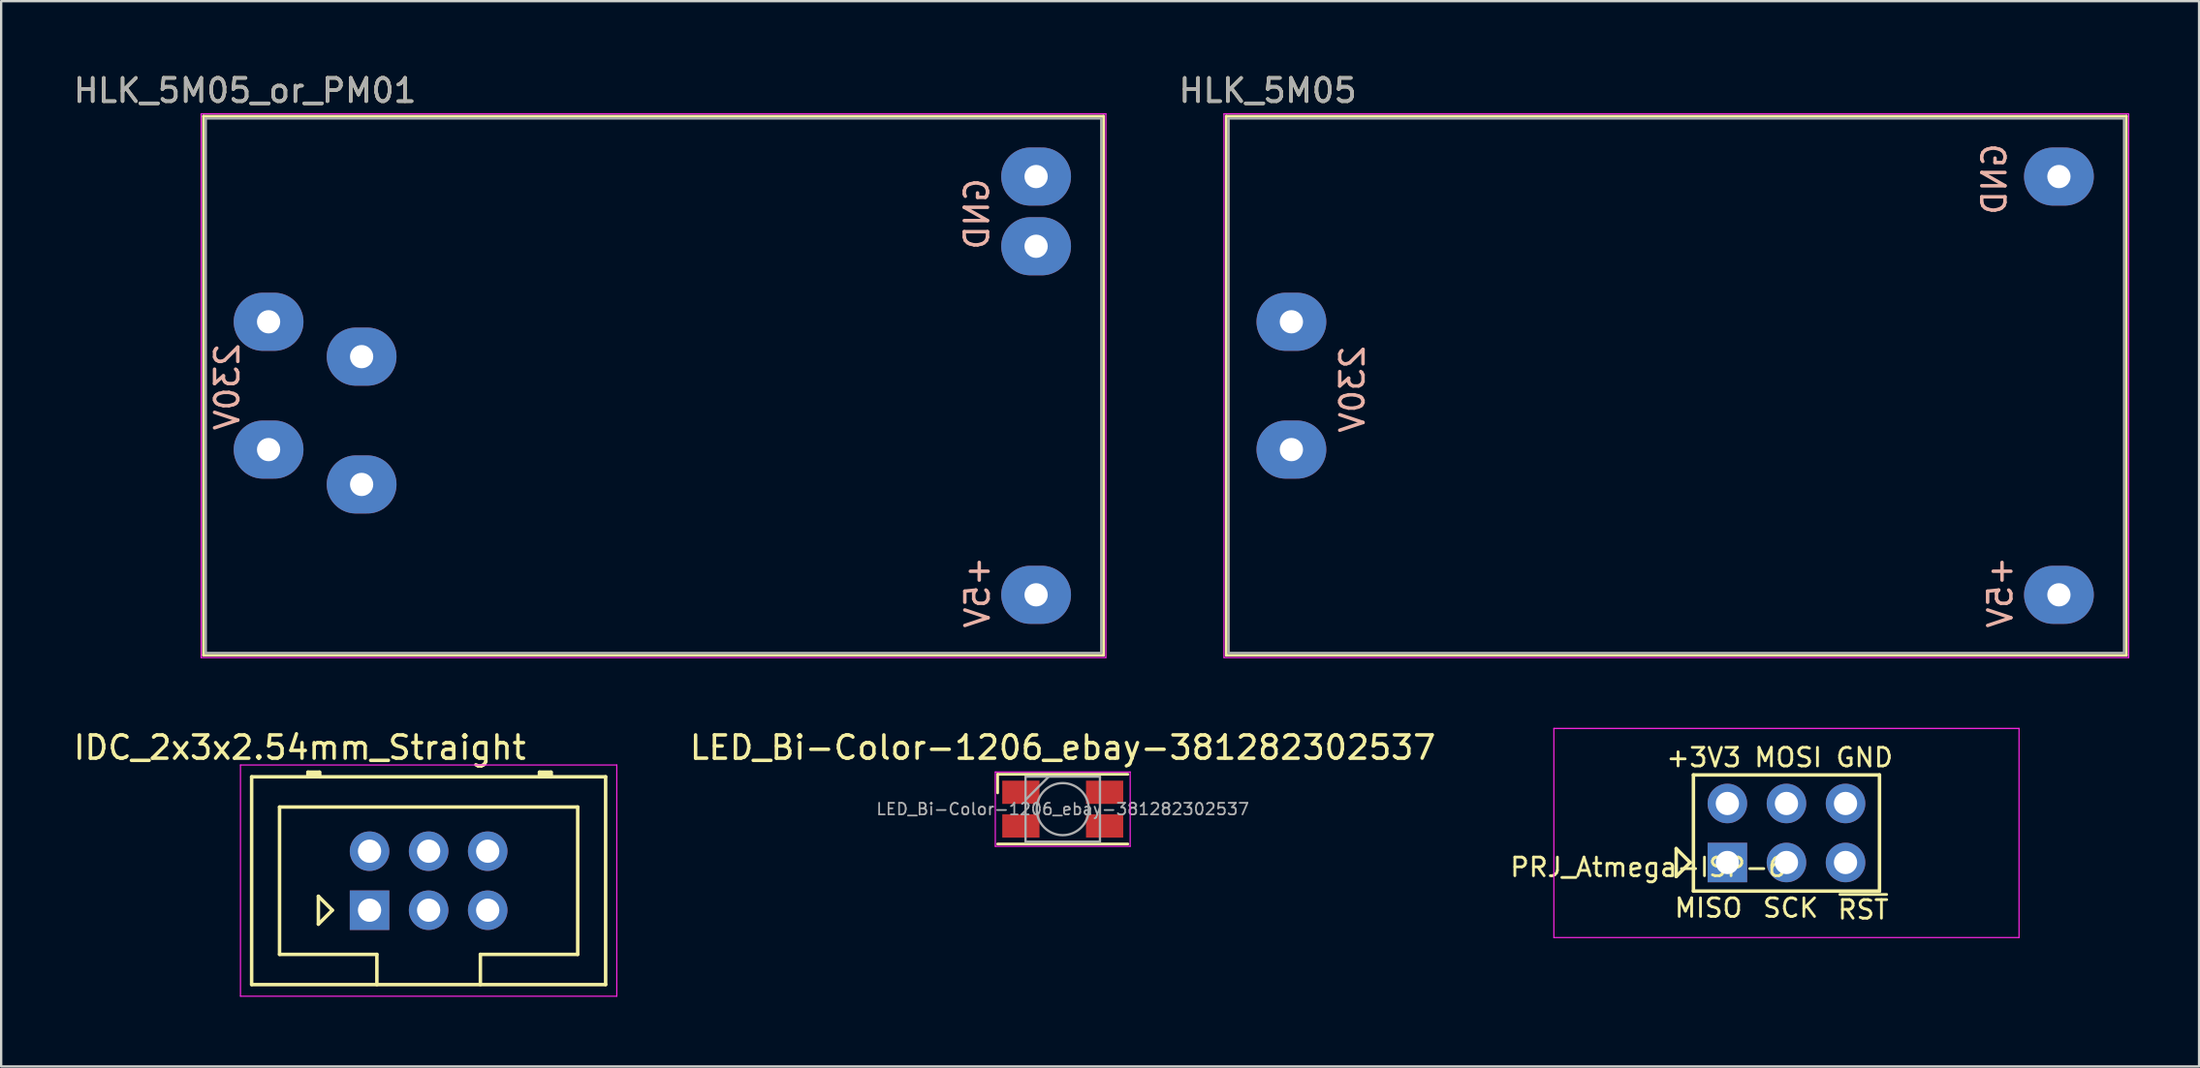
<source format=kicad_pcb>
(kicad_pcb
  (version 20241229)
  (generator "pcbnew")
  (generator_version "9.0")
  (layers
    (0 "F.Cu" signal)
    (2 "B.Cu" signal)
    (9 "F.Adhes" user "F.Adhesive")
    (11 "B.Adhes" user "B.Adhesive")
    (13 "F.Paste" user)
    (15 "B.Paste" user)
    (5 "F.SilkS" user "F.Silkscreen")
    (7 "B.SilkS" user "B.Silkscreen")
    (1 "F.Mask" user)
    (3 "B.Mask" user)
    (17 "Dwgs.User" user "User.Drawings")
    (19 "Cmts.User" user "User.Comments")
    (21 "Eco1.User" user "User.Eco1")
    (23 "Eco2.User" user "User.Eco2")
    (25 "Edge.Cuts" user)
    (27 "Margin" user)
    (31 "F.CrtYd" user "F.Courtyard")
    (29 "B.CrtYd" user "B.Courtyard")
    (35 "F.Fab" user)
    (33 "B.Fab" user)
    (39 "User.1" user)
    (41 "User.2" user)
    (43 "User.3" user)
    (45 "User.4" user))
  (footprint "LED_Bi-Color-1206_ebay-381282302537"
    (layer "F.Cu")
    (at 42.643 31.771)
    (property "Reference" "LED_Bi-Color-1206_ebay-381282302537" (at 0 -2.65 0) (layer "F.SilkS") (effects (font (size 1 1) (thickness 0.15))))
    (attr smd)
    (fp_line (start -2.8 -1.5) (end 2.8 -1.5) (stroke (width 0.12) (type solid)) (layer "F.SilkS"))
    (fp_line (start -2.8 -0.7) (end -2.8 -1.5) (stroke (width 0.12) (type solid)) (layer "F.SilkS"))
    (fp_line (start -2.8 1.5) (end 2.8 1.5) (stroke (width 0.12) (type solid)) (layer "F.SilkS"))
    (fp_line (start -2.9 -1.6) (end -2.9 1.6) (stroke (width 0.05) (type solid)) (layer "F.CrtYd"))
    (fp_line (start -2.9 1.6) (end 2.9 1.6) (stroke (width 0.05) (type solid)) (layer "F.CrtYd"))
    (fp_line (start 2.9 -1.6) (end -2.9 -1.6) (stroke (width 0.05) (type solid)) (layer "F.CrtYd"))
    (fp_line (start 2.9 1.6) (end 2.9 -1.6) (stroke (width 0.05) (type solid)) (layer "F.CrtYd"))
    (fp_line (start -1.6 -1.4) (end -1.6 1.4) (stroke (width 0.1) (type solid)) (layer "F.Fab"))
    (fp_line (start -1.6 1.4) (end 1.6 1.4) (stroke (width 0.1) (type solid)) (layer "F.Fab"))
    (fp_line (start -0.6 -1.4) (end -1.6 -0.4) (stroke (width 0.1) (type solid)) (layer "F.Fab"))
    (fp_line (start 1.6 -1.4) (end -1.6 -1.4) (stroke (width 0.1) (type solid)) (layer "F.Fab"))
    (fp_line (start 1.6 1.4) (end 1.6 -1.4) (stroke (width 0.1) (type solid)) (layer "F.Fab"))
    (fp_circle (center 0 0) (end 1.12 0) (stroke (width 0.1) (type solid)) (fill no) (layer "F.Fab"))
    (fp_text user "${REFERENCE}" (at 0 0 0) (layer "F.Fab") (effects (font (size 0.5 0.5) (thickness 0.075))))
    (pad "1" smd rect (at 1.8 0.725) (size 1.6 1) (layers "F.Cu" "F.Mask" "F.Paste"))
    (pad "2" smd rect (at 1.8 -0.725) (size 1.6 1) (layers "F.Cu" "F.Mask" "F.Paste"))
    (pad "3" smd rect (at -1.8 0.725) (size 1.6 1) (layers "F.Cu" "F.Mask" "F.Paste"))
    (pad "4" smd rect (at -1.8 -0.725) (size 1.6 1) (layers "F.Cu" "F.Mask" "F.Paste")))
  (footprint "IDC_2x3x2.54mm_Straight"
    (layer "F.Cu")
    (at 12.839 36.121)
    (property "Reference" "IDC_2x3x2.54mm_Straight" (at -3 -7 0) (layer "F.SilkS") (effects (font (size 1 1) (thickness 0.15))))
    (attr through_hole)
    (fp_line (start -5.07 -5.74) (end 10.15 -5.74) (stroke (width 0.15) (type solid)) (layer "F.SilkS"))
    (fp_line (start -5.07 3.2) (end -5.07 -5.74) (stroke (width 0.15) (type solid)) (layer "F.SilkS"))
    (fp_line (start -3.87 -4.44) (end 8.95 -4.44) (stroke (width 0.15) (type solid)) (layer "F.SilkS"))
    (fp_line (start -3.87 1.9) (end -3.87 -4.44) (stroke (width 0.15) (type solid)) (layer "F.SilkS"))
    (fp_line (start -2.65 -5.94) (end -2.15 -5.94) (stroke (width 0.15) (type solid)) (layer "F.SilkS"))
    (fp_line (start -2.65 -5.84) (end -2.15 -5.84) (stroke (width 0.15) (type solid)) (layer "F.SilkS"))
    (fp_line (start -2.65 -5.74) (end -2.65 -5.94) (stroke (width 0.15) (type solid)) (layer "F.SilkS"))
    (fp_line (start -2.2 -0.6) (end -1.6 0) (stroke (width 0.15) (type solid)) (layer "F.SilkS"))
    (fp_line (start -2.2 0.6) (end -2.2 -0.6) (stroke (width 0.15) (type solid)) (layer "F.SilkS"))
    (fp_line (start -2.15 -5.94) (end -2.15 -5.74) (stroke (width 0.15) (type solid)) (layer "F.SilkS"))
    (fp_line (start -1.6 0) (end -2.2 0.6) (stroke (width 0.15) (type solid)) (layer "F.SilkS"))
    (fp_line (start 0.315 1.9) (end -3.87 1.9) (stroke (width 0.15) (type solid)) (layer "F.SilkS"))
    (fp_line (start 0.315 3.2) (end 0.315 1.9) (stroke (width 0.15) (type solid)) (layer "F.SilkS"))
    (fp_line (start 4.765 1.9) (end 4.765 3.2) (stroke (width 0.15) (type solid)) (layer "F.SilkS"))
    (fp_line (start 7.306 -5.94) (end 7.806 -5.94) (stroke (width 0.15) (type solid)) (layer "F.SilkS"))
    (fp_line (start 7.306 -5.84) (end 7.806 -5.84) (stroke (width 0.15) (type solid)) (layer "F.SilkS"))
    (fp_line (start 7.306 -5.74) (end 7.306 -5.94) (stroke (width 0.15) (type solid)) (layer "F.SilkS"))
    (fp_line (start 7.806 -5.94) (end 7.806 -5.74) (stroke (width 0.15) (type solid)) (layer "F.SilkS"))
    (fp_line (start 8.95 -4.44) (end 8.95 1.9) (stroke (width 0.15) (type solid)) (layer "F.SilkS"))
    (fp_line (start 8.95 1.9) (end 4.765 1.9) (stroke (width 0.15) (type solid)) (layer "F.SilkS"))
    (fp_line (start 10.15 -5.74) (end 10.15 3.2) (stroke (width 0.15) (type solid)) (layer "F.SilkS"))
    (fp_line (start 10.15 3.2) (end -5.07 3.2) (stroke (width 0.15) (type solid)) (layer "F.SilkS"))
    (fp_line (start -5.55 -6.25) (end 10.63 -6.25) (stroke (width 0.05) (type solid)) (layer "F.CrtYd"))
    (fp_line (start -5.55 3.7) (end -5.55 -6.25) (stroke (width 0.05) (type solid)) (layer "F.CrtYd"))
    (fp_line (start 10.63 -6.25) (end 10.63 3.7) (stroke (width 0.05) (type solid)) (layer "F.CrtYd"))
    (fp_line (start 10.63 3.7) (end -5.55 3.7) (stroke (width 0.05) (type solid)) (layer "F.CrtYd"))
    (pad "1" thru_hole rect (at 0 0) (size 1.7 1.7) (drill 1) (layers "*.Cu" "*.Mask"))
    (pad "2" thru_hole circle (at 0 -2.54) (size 1.7 1.7) (drill 1) (layers "*.Cu" "*.Mask"))
    (pad "3" thru_hole circle (at 2.54 0) (size 1.7 1.7) (drill 1) (layers "*.Cu" "*.Mask"))
    (pad "4" thru_hole circle (at 2.54 -2.54) (size 1.7 1.7) (drill 1) (layers "*.Cu" "*.Mask"))
    (pad "5" thru_hole circle (at 5.08 0) (size 1.7 1.7) (drill 1) (layers "*.Cu" "*.Mask"))
    (pad "6" thru_hole circle (at 5.08 -2.54) (size 1.7 1.7) (drill 1) (layers "*.Cu" "*.Mask")))
  (footprint "HLK_5M05_or_PM01"
    (layer "F.Cu")
    (at 8.498 13.548)
    (property "Reference" "HLK_5M05_or_PM01" (at -1.016 -12.7 180) (layer "F.SilkS") (effects (font (size 1 1) (thickness 0.15))))
    (attr through_hole)
    (fp_line (start -2.8 -11.6) (end -2.8 11.6) (stroke (width 0.12) (type solid)) (layer "F.SilkS"))
    (fp_line (start -2.8 -11.6) (end 35.9 -11.6) (stroke (width 0.12) (type solid)) (layer "F.SilkS"))
    (fp_line (start -2.8 11.6) (end 35.9 11.6) (stroke (width 0.12) (type solid)) (layer "F.SilkS"))
    (fp_line (start 35.9 -11.6) (end 35.9 11.6) (stroke (width 0.12) (type solid)) (layer "F.SilkS"))
    (fp_line (start -2.9 -11.7) (end 36 -11.7) (stroke (width 0.05) (type solid)) (layer "F.CrtYd"))
    (fp_line (start -2.9 11.7) (end -2.9 -11.7) (stroke (width 0.05) (type solid)) (layer "F.CrtYd"))
    (fp_line (start 36 -11.7) (end 36 11.7) (stroke (width 0.05) (type solid)) (layer "F.CrtYd"))
    (fp_line (start 36 11.7) (end -2.9 11.7) (stroke (width 0.05) (type solid)) (layer "F.CrtYd"))
    (fp_line (start -2.7 -11.5) (end -2.7 11.5) (stroke (width 0.1) (type solid)) (layer "F.Fab"))
    (fp_line (start -2.7 -11.5) (end 35.8 -11.5) (stroke (width 0.1) (type solid)) (layer "F.Fab"))
    (fp_line (start 35.8 -11.5) (end 35.8 11.5) (stroke (width 0.1) (type solid)) (layer "F.Fab"))
    (fp_line (start 35.8 11.5) (end -2.7 11.5) (stroke (width 0.1) (type solid)) (layer "F.Fab"))
    (fp_text user "230V" (at -1.778 0.051 90) (layer "B.SilkS") (effects (font (size 1 1) (thickness 0.15)) (justify mirror)))
    (fp_text user "GND" (at 30.455 -7.391 90) (layer "B.SilkS") (effects (font (size 1 1) (thickness 0.15)) (justify mirror)))
    (fp_text user "+5V" (at 30.48 8.89 90) (layer "B.SilkS") (effects (font (size 1 1) (thickness 0.15)) (justify mirror)))
    (fp_text user "${REFERENCE}" (at -1.016 -12.7 0) (layer "F.Fab") (effects (font (size 1 1) (thickness 0.15))))
    (pad "1" thru_hole oval (at 33 -9 90) (size 2.5 3) (drill 1) (layers "*.Cu" "*.Mask"))
    (pad "1" thru_hole oval (at 33 -6 90) (size 2.5 3) (drill 1) (layers "*.Cu" "*.Mask"))
    (pad "2" thru_hole oval (at 33 9 90) (size 2.5 3) (drill 1) (layers "*.Cu" "*.Mask"))
    (pad "3" thru_hole oval (at 0 -2.75 90) (size 2.5 3) (drill 1) (layers "*.Cu" "*.Mask"))
    (pad "3" thru_hole oval (at 4 4.25 90) (size 2.5 3) (drill 1) (layers "*.Cu" "*.Mask"))
    (pad "4" thru_hole oval (at 0 2.75 90) (size 2.5 3) (drill 1) (layers "*.Cu" "*.Mask"))
    (pad "4" thru_hole oval (at 4 -1.25 90) (size 2.5 3) (drill 1) (layers "*.Cu" "*.Mask")))
  (footprint "HLK_5M05"
    (layer "F.Cu")
    (at 52.474 13.548)
    (property "Reference" "HLK_5M05" (at -1.016 -12.7 180) (layer "F.SilkS") (effects (font (size 1 1) (thickness 0.15))))
    (attr through_hole)
    (fp_line (start -2.8 -11.6) (end -2.8 11.6) (stroke (width 0.12) (type solid)) (layer "F.SilkS"))
    (fp_line (start -2.8 -11.6) (end 35.9 -11.6) (stroke (width 0.12) (type solid)) (layer "F.SilkS"))
    (fp_line (start -2.8 11.6) (end 35.9 11.6) (stroke (width 0.12) (type solid)) (layer "F.SilkS"))
    (fp_line (start 35.9 -11.6) (end 35.9 11.6) (stroke (width 0.12) (type solid)) (layer "F.SilkS"))
    (fp_line (start -2.9 -11.7) (end 36 -11.7) (stroke (width 0.05) (type solid)) (layer "F.CrtYd"))
    (fp_line (start -2.9 11.7) (end -2.9 -11.7) (stroke (width 0.05) (type solid)) (layer "F.CrtYd"))
    (fp_line (start 36 -11.7) (end 36 11.7) (stroke (width 0.05) (type solid)) (layer "F.CrtYd"))
    (fp_line (start 36 11.7) (end -2.9 11.7) (stroke (width 0.05) (type solid)) (layer "F.CrtYd"))
    (fp_line (start -2.7 -11.5) (end -2.7 11.5) (stroke (width 0.1) (type solid)) (layer "F.Fab"))
    (fp_line (start -2.7 -11.5) (end 35.8 -11.5) (stroke (width 0.1) (type solid)) (layer "F.Fab"))
    (fp_line (start 35.8 -11.5) (end 35.8 11.5) (stroke (width 0.1) (type solid)) (layer "F.Fab"))
    (fp_line (start 35.8 11.5) (end -2.7 11.5) (stroke (width 0.1) (type solid)) (layer "F.Fab"))
    (fp_text user "230V" (at 2.624 0.154 90) (layer "B.SilkS") (effects (font (size 1 1) (thickness 0.15)) (justify mirror)))
    (fp_text user "+5V" (at 30.48 8.89 90) (layer "B.SilkS") (effects (font (size 1 1) (thickness 0.15)) (justify mirror)))
    (fp_text user "GND" (at 30.226 -8.89 90) (layer "B.SilkS") (effects (font (size 1 1) (thickness 0.15)) (justify mirror)))
    (fp_text user "${REFERENCE}" (at -1.016 -12.7 0) (layer "F.Fab") (effects (font (size 1 1) (thickness 0.15))))
    (pad "1" thru_hole oval (at 33 -9 90) (size 2.5 3) (drill 1) (layers "*.Cu" "*.Mask"))
    (pad "2" thru_hole oval (at 33 9 90) (size 2.5 3) (drill 1) (layers "*.Cu" "*.Mask"))
    (pad "3" thru_hole oval (at 0 -2.75 90) (size 2.5 3) (drill 1) (layers "*.Cu" "*.Mask"))
    (pad "4" thru_hole oval (at 0 2.75 90) (size 2.5 3) (drill 1) (layers "*.Cu" "*.Mask")))
  (footprint "PRJ_Atmega-ISP-6"
    (layer "F.Cu")
    (at 71.219 34.068)
    (property "Reference" "PRJ_Atmega-ISP-6" (at -3.404 0.203 0) (layer "F.SilkS") (effects (font (size 0.8 0.8) (thickness 0.12))))
    (attr through_hole)
    (fp_line (start -2.2 -0.6) (end -1.6 0) (stroke (width 0.15) (type solid)) (layer "F.SilkS"))
    (fp_line (start -2.2 0.6) (end -2.2 -0.6) (stroke (width 0.15) (type solid)) (layer "F.SilkS"))
    (fp_line (start -1.6 0) (end -2.2 0.6) (stroke (width 0.15) (type solid)) (layer "F.SilkS"))
    (fp_line (start -1.46 -3.77) (end 6.54 -3.77) (stroke (width 0.15) (type solid)) (layer "F.SilkS"))
    (fp_line (start -1.46 1.23) (end -1.46 -3.77) (stroke (width 0.15) (type solid)) (layer "F.SilkS"))
    (fp_line (start -1.46 1.23) (end 6.54 1.23) (stroke (width 0.15) (type solid)) (layer "F.SilkS"))
    (fp_line (start 6.54 -3.77) (end 6.54 1.23) (stroke (width 0.15) (type solid)) (layer "F.SilkS"))
    (fp_line (start -7.46 -5.77) (end 12.54 -5.77) (stroke (width 0.05) (type solid)) (layer "F.CrtYd"))
    (fp_line (start -7.46 3.23) (end -7.46 -5.77) (stroke (width 0.05) (type solid)) (layer "F.CrtYd"))
    (fp_line (start 12.54 -5.77) (end 12.54 3.23) (stroke (width 0.05) (type solid)) (layer "F.CrtYd"))
    (fp_line (start 12.54 3.23) (end -7.46 3.23) (stroke (width 0.05) (type solid)) (layer "F.CrtYd"))
    (fp_text user "+3V3" (at -1.016 -4.521 0) (layer "F.SilkS") (effects (font (size 0.8 0.8) (thickness 0.12))))
    (fp_text user "MOSI" (at 2.616 -4.521 0) (layer "F.SilkS") (effects (font (size 0.8 0.8) (thickness 0.12))))
    (fp_text user "~{RST}" (at 5.842 2.032 0) (layer "F.SilkS") (effects (font (size 0.8 0.8) (thickness 0.12))))
    (fp_text user "GND" (at 5.893 -4.521 0) (layer "F.SilkS") (effects (font (size 0.8 0.8) (thickness 0.12))))
    (fp_text user "MISO" (at -0.813 1.956 0) (layer "F.SilkS") (effects (font (size 0.8 0.8) (thickness 0.12))))
    (fp_text user "SCK" (at 2.718 1.956 0) (layer "F.SilkS") (effects (font (size 0.8 0.8) (thickness 0.12))))
    (pad "1" thru_hole rect (at 0 0) (size 1.7 1.7) (drill 1) (layers "*.Cu" "*.Mask"))
    (pad "2" thru_hole circle (at 0 -2.54) (size 1.7 1.7) (drill 1) (layers "*.Cu" "*.Mask"))
    (pad "3" thru_hole circle (at 2.54 0) (size 1.7 1.7) (drill 1) (layers "*.Cu" "*.Mask"))
    (pad "4" thru_hole circle (at 2.54 -2.54) (size 1.7 1.7) (drill 1) (layers "*.Cu" "*.Mask"))
    (pad "5" thru_hole circle (at 5.08 0) (size 1.7 1.7) (drill 1) (layers "*.Cu" "*.Mask"))
    (pad "6" thru_hole circle (at 5.08 -2.54) (size 1.7 1.7) (drill 1) (layers "*.Cu" "*.Mask")))
  (gr_rect
    (start -3 -3)
    (end 91.499 42.846)
    (stroke (width 0.1) (type default))
    (fill no)
    (layer "Edge.Cuts")))
</source>
